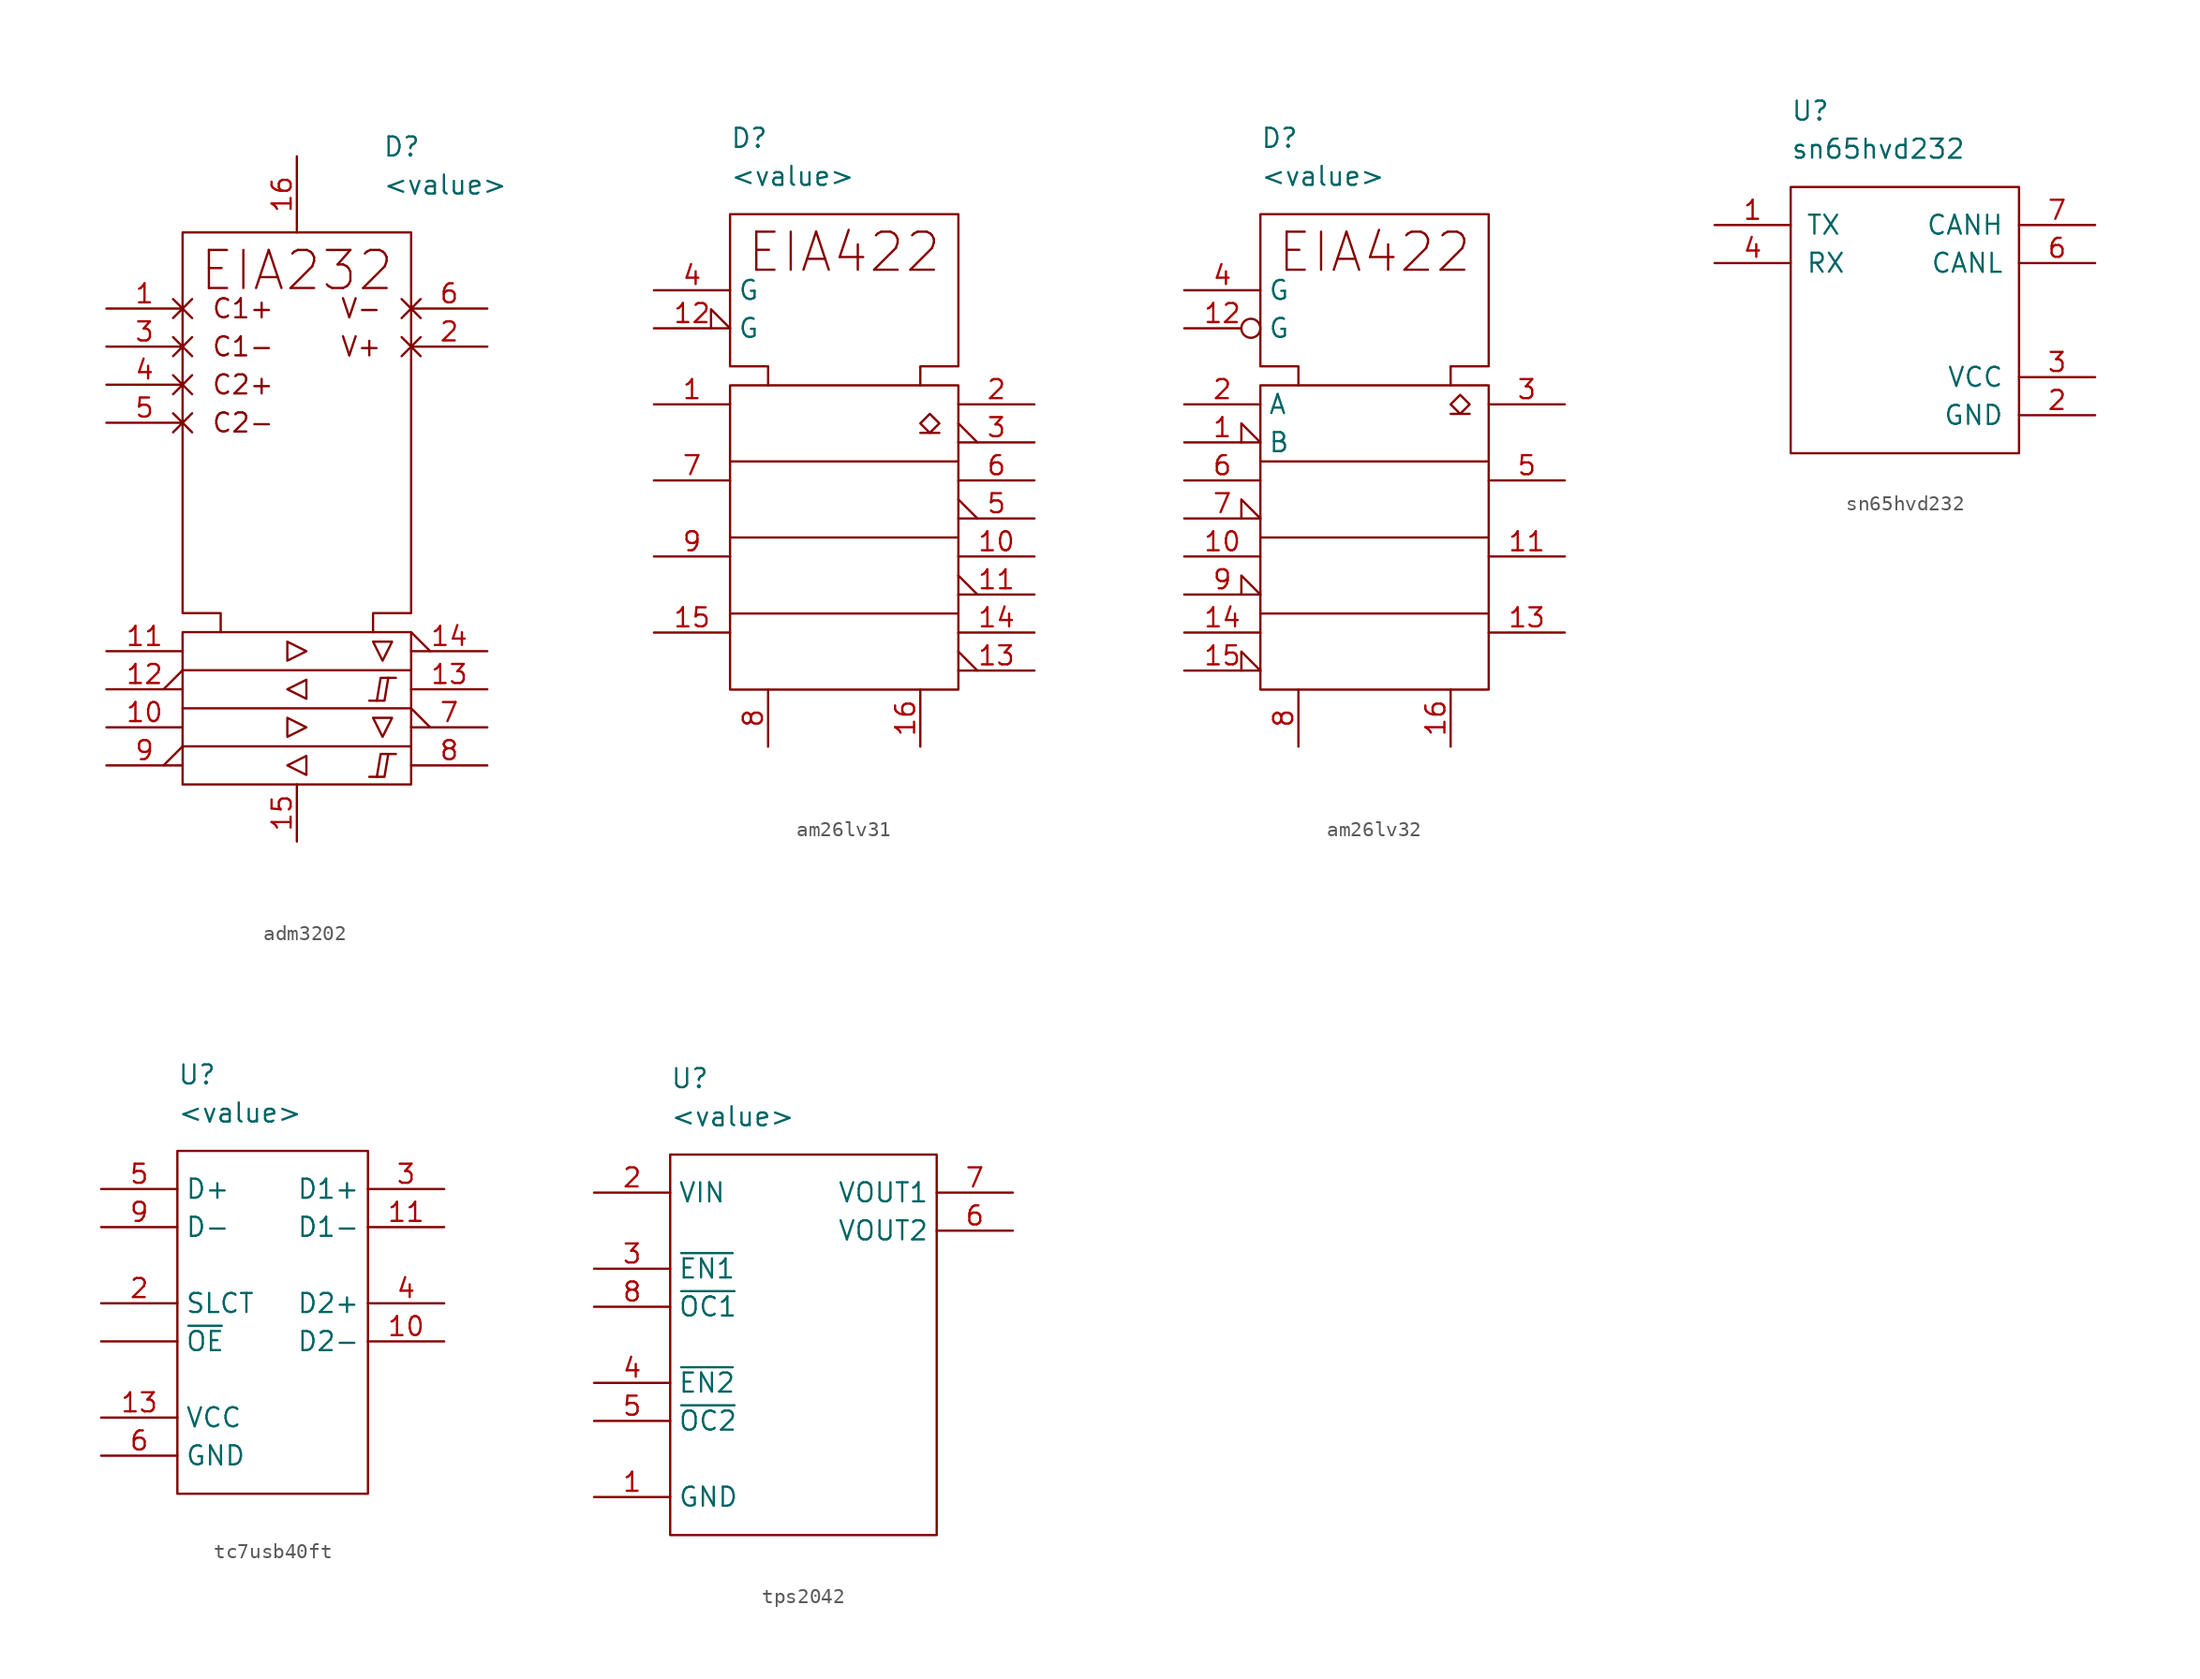
<source format=kicad_sym>
(kicad_symbol_lib
  (version 20231120)
  (generator "kicad_symbol_editor")
  (generator_version "8.0")
  (symbol "adm3202"
    (property "Reference" "D"
      (at 5.715 28.575 0)
      (effects (font (size 1.27 1.27)) (justify left)))
    (property "Value" "<value>"
      (at 5.715 26.035 0)
      (effects (font (size 1.27 1.27)) (justify left)))
    (symbol "adm3202_0_1"
      (rectangle (start -7.62 -3.81) (end 7.62 -13.97) (stroke (width 0) (type default)) (fill (type none)))
      (polyline (pts (xy 7.62 -11.43) (xy -7.62 -11.43)) (stroke (width 0) (type default)) (fill (type none)))
      (polyline (pts (xy 7.62 -8.89) (xy -7.62 -8.89)) (stroke (width 0) (type default)) (fill (type none)))
      (polyline (pts (xy 7.62 -6.35) (xy -7.62 -6.35)) (stroke (width 0) (type default)) (fill (type none)))
      (polyline (pts (xy 4.826 -13.462) (xy 5.842 -13.462) (xy 6.096 -11.938)) (stroke (width 0) (type default)) (fill (type none)))
      (polyline (pts (xy 4.826 -8.382) (xy 5.842 -8.382) (xy 6.096 -6.858)) (stroke (width 0) (type default)) (fill (type none)))
      (polyline (pts (xy 6.604 -11.938) (xy 5.588 -11.938) (xy 5.334 -13.462)) (stroke (width 0) (type default)) (fill (type none)))
      (polyline (pts (xy 6.604 -6.858) (xy 5.588 -6.858) (xy 5.334 -8.382)) (stroke (width 0) (type default)) (fill (type none)))
      (polyline (pts (xy -0.635 -9.525) (xy -0.635 -10.795) (xy 0.635 -10.16) (xy -0.635 -9.525)) (stroke (width 0) (type default)) (fill (type none)))
      (polyline (pts (xy -0.635 -4.445) (xy -0.635 -5.715) (xy 0.635 -5.08) (xy -0.635 -4.445)) (stroke (width 0) (type default)) (fill (type none)))
      (polyline (pts (xy 0.635 -13.335) (xy 0.635 -12.065) (xy -0.635 -12.7) (xy 0.635 -13.335)) (stroke (width 0) (type default)) (fill (type none)))
      (polyline (pts (xy 0.635 -8.255) (xy 0.635 -6.985) (xy -0.635 -7.62) (xy 0.635 -8.255)) (stroke (width 0) (type default)) (fill (type none)))
      (polyline (pts (xy 5.08 -9.525) (xy 6.35 -9.525) (xy 5.715 -10.795) (xy 5.08 -9.525)) (stroke (width 0) (type default)) (fill (type none)))
      (polyline (pts (xy 5.08 -4.445) (xy 6.35 -4.445) (xy 5.715 -5.715) (xy 5.08 -4.445)) (stroke (width 0) (type default)) (fill (type none)))
      (polyline (pts (xy -5.08 -3.81) (xy -5.08 -2.54) (xy -7.62 -2.54) (xy -7.62 22.86) (xy 7.62 22.86) (xy 7.62 -2.54) (xy 5.08 -2.54) (xy 5.08 -3.81)) (stroke (width 0) (type default)) (fill (type none))))
    (symbol "adm3202_1_1"
      (text "C1+" (at -5.715 17.78 0) (effects (font (size 1.27 1.27)) (justify left)))
      (text "C1-" (at -5.715 15.24 0) (effects (font (size 1.27 1.27)) (justify left)))
      (text "C2+" (at -5.715 12.7 0) (effects (font (size 1.27 1.27)) (justify left)))
      (text "C2-" (at -5.715 10.16 0) (effects (font (size 1.27 1.27)) (justify left)))
      (text "EIA232" (at 0 20.32 0) (effects (font (size 2.54 2.54))))
      (text "V+" (at 5.715 15.24 0) (effects (font (size 1.27 1.27)) (justify right)))
      (text "V-" (at 5.715 17.78 0) (effects (font (size 1.27 1.27)) (justify right)))
      (pin passive non_logic (at -12.7 17.78 0) (length 5.08) (name "" (effects (font (size 1.27 1.27)))) (number "1" (effects (font (size 1.27 1.27)))))
      (pin input line (at -12.7 -10.16 0) (length 5.08) (name "" (effects (font (size 1.27 1.27)))) (number "10" (effects (font (size 1.27 1.27)))))
      (pin input line (at -12.7 -5.08 0) (length 5.08) (name "" (effects (font (size 1.27 1.27)))) (number "11" (effects (font (size 1.27 1.27)))))
      (pin output output_low (at -12.7 -7.62 0) (length 5.08) (name "" (effects (font (size 1.27 1.27)))) (number "12" (effects (font (size 1.27 1.27)))))
      (pin input line (at 12.7 -7.62 180) (length 5.08) (name "" (effects (font (size 1.27 1.27)))) (number "13" (effects (font (size 1.27 1.27)))))
      (pin output output_low (at 12.7 -5.08 180) (length 5.08) (name "" (effects (font (size 1.27 1.27)))) (number "14" (effects (font (size 1.27 1.27)))))
      (pin power_in line (at 0 -17.78 90) (length 3.81) (name "" (effects (font (size 1.27 1.27)))) (number "15" (effects (font (size 1.27 1.27)))))
      (pin power_in line (at 0 27.94 270) (length 5.08) (name "" (effects (font (size 1.27 1.27)))) (number "16" (effects (font (size 1.27 1.27)))))
      (pin passive non_logic (at 12.7 15.24 180) (length 5.08) (name "" (effects (font (size 1.27 1.27)))) (number "2" (effects (font (size 1.27 1.27)))))
      (pin passive non_logic (at -12.7 15.24 0) (length 5.08) (name "" (effects (font (size 1.27 1.27)))) (number "3" (effects (font (size 1.27 1.27)))))
      (pin passive non_logic (at -12.7 12.7 0) (length 5.08) (name "" (effects (font (size 1.27 1.27)))) (number "4" (effects (font (size 1.27 1.27)))))
      (pin passive non_logic (at -12.7 10.16 0) (length 5.08) (name "" (effects (font (size 1.27 1.27)))) (number "5" (effects (font (size 1.27 1.27)))))
      (pin passive non_logic (at 12.7 17.78 180) (length 5.08) (name "" (effects (font (size 1.27 1.27)))) (number "6" (effects (font (size 1.27 1.27)))))
      (pin output output_low (at 12.7 -10.16 180) (length 5.08) (name "" (effects (font (size 1.27 1.27)))) (number "7" (effects (font (size 1.27 1.27)))))
      (pin input line (at 12.7 -12.7 180) (length 5.08) (name "" (effects (font (size 1.27 1.27)))) (number "8" (effects (font (size 1.27 1.27)))))
      (pin output output_low (at -12.7 -12.7 0) (length 5.08) (name "" (effects (font (size 1.27 1.27)))) (number "9" (effects (font (size 1.27 1.27)))))))
  (symbol "am26lv31"
    (property "Reference" "D"
      (at -7.62 20.32 0)
      (effects (font (size 1.27 1.27)) (justify left)))
    (property "Value" "<value>"
      (at -7.62 17.78 0)
      (effects (font (size 1.27 1.27)) (justify left)))
    (symbol "am26lv31_0_1"
      (rectangle (start -7.62 3.81) (end 7.62 -16.51) (stroke (width 0) (type default)) (fill (type none)))
      (polyline (pts (xy -7.62 -11.43) (xy 7.62 -11.43)) (stroke (width 0) (type default)) (fill (type none)))
      (polyline (pts (xy -7.62 -6.35) (xy 7.62 -6.35)) (stroke (width 0) (type default)) (fill (type none)))
      (polyline (pts (xy -7.62 -1.27) (xy 7.62 -1.27)) (stroke (width 0) (type default)) (fill (type none)))
      (polyline (pts (xy 5.08 0.635) (xy 6.35 0.635)) (stroke (width 0) (type default)) (fill (type none)))
      (polyline (pts (xy 5.715 1.905) (xy 5.08 1.27) (xy 5.715 0.635) (xy 6.35 1.27) (xy 5.715 1.905)) (stroke (width 0) (type default)) (fill (type none)))
      (polyline (pts (xy -5.08 3.81) (xy -5.08 5.08) (xy -7.62 5.08) (xy -7.62 15.24) (xy 7.62 15.24) (xy 7.62 5.08) (xy 5.08 5.08) (xy 5.08 3.81)) (stroke (width 0) (type default)) (fill (type none))))
    (symbol "am26lv31_1_1"
      (text "EIA422" (at 0 12.7 0) (effects (font (size 2.54 2.54))))
      (pin input line (at -12.7 2.54 0) (length 5.08) (name "" (effects (font (size 1.27 1.27)))) (number "1" (effects (font (size 1.27 1.27)))))
      (pin tri_state line (at 12.7 -7.62 180) (length 5.08) (name "" (effects (font (size 1.27 1.27)))) (number "10" (effects (font (size 1.27 1.27)))))
      (pin tri_state output_low (at 12.7 -10.16 180) (length 5.08) (name "" (effects (font (size 1.27 1.27)))) (number "11" (effects (font (size 1.27 1.27)))))
      (pin input input_low (at -12.7 7.62 0) (length 5.08) (name "G" (effects (font (size 1.27 1.27)))) (number "12" (effects (font (size 1.27 1.27)))))
      (pin tri_state output_low (at 12.7 -15.24 180) (length 5.08) (name "" (effects (font (size 1.27 1.27)))) (number "13" (effects (font (size 1.27 1.27)))))
      (pin tri_state line (at 12.7 -12.7 180) (length 5.08) (name "" (effects (font (size 1.27 1.27)))) (number "14" (effects (font (size 1.27 1.27)))))
      (pin input line (at -12.7 -12.7 0) (length 5.08) (name "" (effects (font (size 1.27 1.27)))) (number "15" (effects (font (size 1.27 1.27)))))
      (pin power_in line (at 5.08 -20.32 90) (length 3.81) (name "" (effects (font (size 1.27 1.27)))) (number "16" (effects (font (size 1.27 1.27)))))
      (pin tri_state line (at 12.7 2.54 180) (length 5.08) (name "" (effects (font (size 1.27 1.27)))) (number "2" (effects (font (size 1.27 1.27)))))
      (pin tri_state output_low (at 12.7 0 180) (length 5.08) (name "" (effects (font (size 1.27 1.27)))) (number "3" (effects (font (size 1.27 1.27)))))
      (pin input line (at -12.7 10.16 0) (length 5.08) (name "G" (effects (font (size 1.27 1.27)))) (number "4" (effects (font (size 1.27 1.27)))))
      (pin tri_state output_low (at 12.7 -5.08 180) (length 5.08) (name "" (effects (font (size 1.27 1.27)))) (number "5" (effects (font (size 1.27 1.27)))))
      (pin tri_state line (at 12.7 -2.54 180) (length 5.08) (name "" (effects (font (size 1.27 1.27)))) (number "6" (effects (font (size 1.27 1.27)))))
      (pin input line (at -12.7 -2.54 0) (length 5.08) (name "" (effects (font (size 1.27 1.27)))) (number "7" (effects (font (size 1.27 1.27)))))
      (pin power_in line (at -5.08 -20.32 90) (length 3.81) (name "" (effects (font (size 1.27 1.27)))) (number "8" (effects (font (size 1.27 1.27)))))
      (pin input line (at -12.7 -7.62 0) (length 5.08) (name "" (effects (font (size 1.27 1.27)))) (number "9" (effects (font (size 1.27 1.27)))))))
  (symbol "am26lv32"
    (property "Reference" "D"
      (at -7.62 20.32 0)
      (effects (font (size 1.27 1.27)) (justify left)))
    (property "Value" "<value>"
      (at -7.62 17.78 0)
      (effects (font (size 1.27 1.27)) (justify left)))
    (symbol "am26lv32_0_1"
      (rectangle (start -7.62 3.81) (end 7.62 -16.51) (stroke (width 0) (type default)) (fill (type none)))
      (polyline (pts (xy -7.62 -11.43) (xy 7.62 -11.43)) (stroke (width 0) (type default)) (fill (type none)))
      (polyline (pts (xy -7.62 -6.35) (xy 7.62 -6.35)) (stroke (width 0) (type default)) (fill (type none)))
      (polyline (pts (xy -7.62 -1.27) (xy 7.62 -1.27)) (stroke (width 0) (type default)) (fill (type none)))
      (polyline (pts (xy 5.08 1.905) (xy 6.35 1.905)) (stroke (width 0) (type default)) (fill (type none)))
      (polyline (pts (xy 5.715 3.175) (xy 5.08 2.54) (xy 5.715 1.905) (xy 6.35 2.54) (xy 5.715 3.175)) (stroke (width 0) (type default)) (fill (type none)))
      (polyline (pts (xy -5.08 3.81) (xy -5.08 5.08) (xy -7.62 5.08) (xy -7.62 15.24) (xy 7.62 15.24) (xy 7.62 5.08) (xy 5.08 5.08) (xy 5.08 3.81)) (stroke (width 0) (type default)) (fill (type none))))
    (symbol "am26lv32_1_1"
      (text "EIA422" (at 0 12.7 0) (effects (font (size 2.54 2.54))))
      (pin input input_low (at -12.7 0 0) (length 5.08) (name "B" (effects (font (size 1.27 1.27)))) (number "1" (effects (font (size 1.27 1.27)))))
      (pin input line (at -12.7 -7.62 0) (length 5.08) (name "" (effects (font (size 1.27 1.27)))) (number "10" (effects (font (size 1.27 1.27)))))
      (pin tri_state line (at 12.7 -7.62 180) (length 5.08) (name "" (effects (font (size 1.27 1.27)))) (number "11" (effects (font (size 1.27 1.27)))))
      (pin input inverted (at -12.7 7.62 0) (length 5.08) (name "G" (effects (font (size 1.27 1.27)))) (number "12" (effects (font (size 1.27 1.27)))))
      (pin tri_state line (at 12.7 -12.7 180) (length 5.08) (name "" (effects (font (size 1.27 1.27)))) (number "13" (effects (font (size 1.27 1.27)))))
      (pin input line (at -12.7 -12.7 0) (length 5.08) (name "" (effects (font (size 1.27 1.27)))) (number "14" (effects (font (size 1.27 1.27)))))
      (pin input input_low (at -12.7 -15.24 0) (length 5.08) (name "" (effects (font (size 1.27 1.27)))) (number "15" (effects (font (size 1.27 1.27)))))
      (pin power_in line (at 5.08 -20.32 90) (length 3.81) (name "" (effects (font (size 1.27 1.27)))) (number "16" (effects (font (size 1.27 1.27)))))
      (pin input line (at -12.7 2.54 0) (length 5.08) (name "A" (effects (font (size 1.27 1.27)))) (number "2" (effects (font (size 1.27 1.27)))))
      (pin tri_state line (at 12.7 2.54 180) (length 5.08) (name "" (effects (font (size 1.27 1.27)))) (number "3" (effects (font (size 1.27 1.27)))))
      (pin input line (at -12.7 10.16 0) (length 5.08) (name "G" (effects (font (size 1.27 1.27)))) (number "4" (effects (font (size 1.27 1.27)))))
      (pin tri_state line (at 12.7 -2.54 180) (length 5.08) (name "" (effects (font (size 1.27 1.27)))) (number "5" (effects (font (size 1.27 1.27)))))
      (pin input line (at -12.7 -2.54 0) (length 5.08) (name "" (effects (font (size 1.27 1.27)))) (number "6" (effects (font (size 1.27 1.27)))))
      (pin input input_low (at -12.7 -5.08 0) (length 5.08) (name "" (effects (font (size 1.27 1.27)))) (number "7" (effects (font (size 1.27 1.27)))))
      (pin power_in line (at -5.08 -20.32 90) (length 3.81) (name "" (effects (font (size 1.27 1.27)))) (number "8" (effects (font (size 1.27 1.27)))))
      (pin input input_low (at -12.7 -10.16 0) (length 5.08) (name "" (effects (font (size 1.27 1.27)))) (number "9" (effects (font (size 1.27 1.27)))))))
  (symbol "sn65hvd232"
    (pin_names
      (offset 1))
    (property "Reference" "U"
      (at 5.08 5.08 0)
      (effects (font (size 1.27 1.27)) (justify left)))
    (property "Value" "sn65hvd232"
      (at 5.08 2.54 0)
      (effects (font (size 1.27 1.27)) (justify left)))
    (symbol "sn65hvd232_0_1"
      (rectangle (start 5.08 0) (end 20.32 -17.78) (stroke (width 0) (type default)) (fill (type none))))
    (symbol "sn65hvd232_1_1"
      (pin input line (at 0 -2.54 0) (length 5.08) (name "TX" (effects (font (size 1.27 1.27)))) (number "1" (effects (font (size 1.27 1.27)))))
      (pin power_in line (at 25.4 -15.24 180) (length 5.08) (name "GND" (effects (font (size 1.27 1.27)))) (number "2" (effects (font (size 1.27 1.27)))))
      (pin power_in line (at 25.4 -12.7 180) (length 5.08) (name "VCC" (effects (font (size 1.27 1.27)))) (number "3" (effects (font (size 1.27 1.27)))))
      (pin output line (at 0 -5.08 0) (length 5.08) (name "RX" (effects (font (size 1.27 1.27)))) (number "4" (effects (font (size 1.27 1.27)))))
      (pin bidirectional line (at 25.4 -5.08 180) (length 5.08) (name "CANL" (effects (font (size 1.27 1.27)))) (number "6" (effects (font (size 1.27 1.27)))))
      (pin bidirectional line (at 25.4 -2.54 180) (length 5.08) (name "CANH" (effects (font (size 1.27 1.27)))) (number "7" (effects (font (size 1.27 1.27)))))))
  (symbol "tc7usb40ft"
    (property "Reference" "U"
      (at 5.08 5.08 0)
      (effects (font (size 1.27 1.27)) (justify left)))
    (property "Value" "<value>"
      (at 5.08 2.54 0)
      (effects (font (size 1.27 1.27)) (justify left)))
    (symbol "tc7usb40ft_0_1"
      (rectangle (start 5.08 0) (end 17.78 -22.86) (stroke (width 0) (type default)) (fill (type none))))
    (symbol "tc7usb40ft_1_1"
      (pin input line (at 0 -12.7 0) (length 5.08) (name "~{OE}" (effects (font (size 1.27 1.27)))) (number "" (effects (font (size 1.27 1.27)))))
      (pin bidirectional line (at 22.86 -12.7 180) (length 5.08) (name "D2-" (effects (font (size 1.27 1.27)))) (number "10" (effects (font (size 1.27 1.27)))))
      (pin bidirectional line (at 22.86 -5.08 180) (length 5.08) (name "D1-" (effects (font (size 1.27 1.27)))) (number "11" (effects (font (size 1.27 1.27)))))
      (pin power_in line (at 0 -17.78 0) (length 5.08) (name "VCC" (effects (font (size 1.27 1.27)))) (number "13" (effects (font (size 1.27 1.27)))))
      (pin input line (at 0 -10.16 0) (length 5.08) (name "SLCT" (effects (font (size 1.27 1.27)))) (number "2" (effects (font (size 1.27 1.27)))))
      (pin bidirectional line (at 22.86 -2.54 180) (length 5.08) (name "D1+" (effects (font (size 1.27 1.27)))) (number "3" (effects (font (size 1.27 1.27)))))
      (pin bidirectional line (at 22.86 -10.16 180) (length 5.08) (name "D2+" (effects (font (size 1.27 1.27)))) (number "4" (effects (font (size 1.27 1.27)))))
      (pin bidirectional line (at 0 -2.54 0) (length 5.08) (name "D+" (effects (font (size 1.27 1.27)))) (number "5" (effects (font (size 1.27 1.27)))))
      (pin power_in line (at 0 -20.32 0) (length 5.08) (name "GND" (effects (font (size 1.27 1.27)))) (number "6" (effects (font (size 1.27 1.27)))))
      (pin bidirectional line (at 0 -5.08 0) (length 5.08) (name "D-" (effects (font (size 1.27 1.27)))) (number "9" (effects (font (size 1.27 1.27)))))))
  (symbol "tps2042"
    (property "Reference" "U"
      (at 5.08 5.08 0)
      (effects (font (size 1.27 1.27)) (justify left)))
    (property "Value" "<value>"
      (at 5.08 2.54 0)
      (effects (font (size 1.27 1.27)) (justify left)))
    (symbol "tps2042_0_1"
      (rectangle (start 5.08 0) (end 22.86 -25.4) (stroke (width 0) (type default)) (fill (type none))))
    (symbol "tps2042_1_1"
      (pin power_in line (at 0 -22.86 0) (length 5.08) (name "GND" (effects (font (size 1.27 1.27)))) (number "1" (effects (font (size 1.27 1.27)))))
      (pin power_in line (at 0 -2.54 0) (length 5.08) (name "VIN" (effects (font (size 1.27 1.27)))) (number "2" (effects (font (size 1.27 1.27)))))
      (pin input line (at 0 -7.62 0) (length 5.08) (name "~{EN1}" (effects (font (size 1.27 1.27)))) (number "3" (effects (font (size 1.27 1.27)))))
      (pin input line (at 0 -15.24 0) (length 5.08) (name "~{EN2}" (effects (font (size 1.27 1.27)))) (number "4" (effects (font (size 1.27 1.27)))))
      (pin output line (at 0 -17.78 0) (length 5.08) (name "~{OC2}" (effects (font (size 1.27 1.27)))) (number "5" (effects (font (size 1.27 1.27)))))
      (pin power_out line (at 27.94 -5.08 180) (length 5.08) (name "VOUT2" (effects (font (size 1.27 1.27)))) (number "6" (effects (font (size 1.27 1.27)))))
      (pin power_out line (at 27.94 -2.54 180) (length 5.08) (name "VOUT1" (effects (font (size 1.27 1.27)))) (number "7" (effects (font (size 1.27 1.27)))))
      (pin output line (at 0 -10.16 0) (length 5.08) (name "~{OC1}" (effects (font (size 1.27 1.27)))) (number "8" (effects (font (size 1.27 1.27))))))))
</source>
